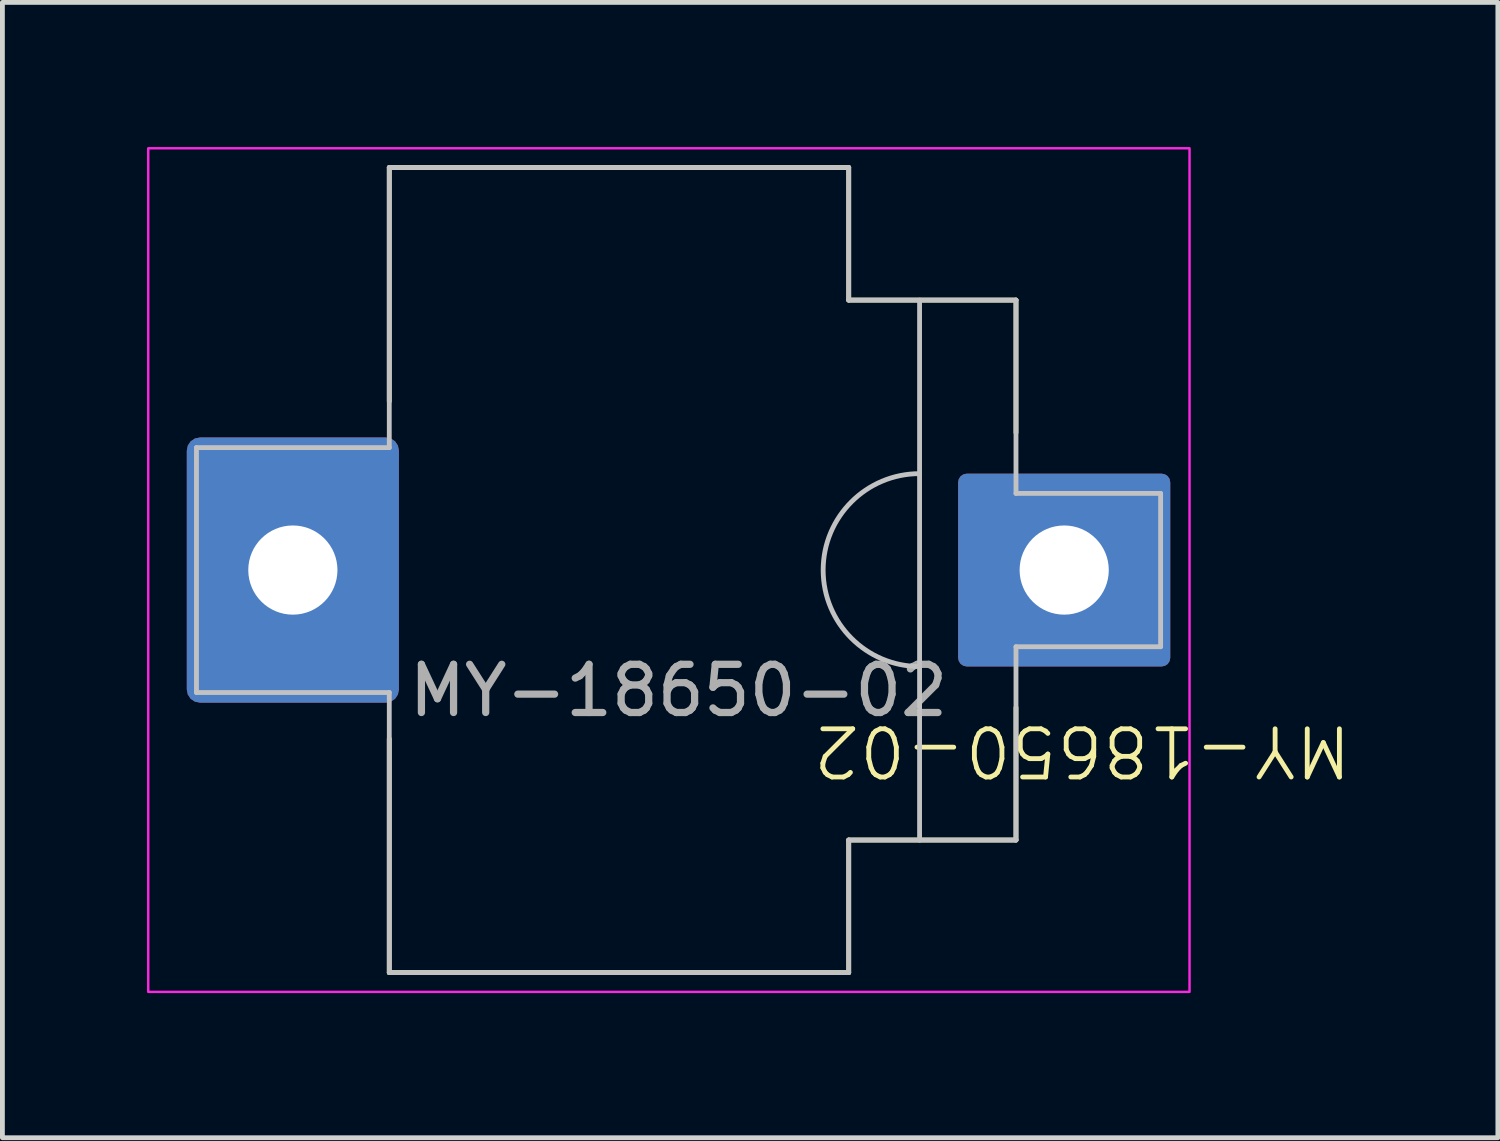
<source format=kicad_pcb>
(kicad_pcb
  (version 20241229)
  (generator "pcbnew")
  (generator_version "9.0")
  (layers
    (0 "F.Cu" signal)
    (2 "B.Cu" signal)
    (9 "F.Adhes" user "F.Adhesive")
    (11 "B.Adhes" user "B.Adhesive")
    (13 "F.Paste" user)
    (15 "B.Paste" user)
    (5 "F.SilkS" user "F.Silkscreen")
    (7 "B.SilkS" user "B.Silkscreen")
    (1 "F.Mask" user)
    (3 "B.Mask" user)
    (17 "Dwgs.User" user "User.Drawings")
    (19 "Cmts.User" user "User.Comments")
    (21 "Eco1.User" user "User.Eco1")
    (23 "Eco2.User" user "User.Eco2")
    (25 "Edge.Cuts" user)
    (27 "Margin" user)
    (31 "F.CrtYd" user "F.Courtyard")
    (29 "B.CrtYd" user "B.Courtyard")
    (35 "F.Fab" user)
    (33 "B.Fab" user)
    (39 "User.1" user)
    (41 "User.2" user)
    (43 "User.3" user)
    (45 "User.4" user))
  (footprint "MY-18650-02"
    (layer "F.Cu")
    (at 11.025 8.775)
    (property "Reference" "MY-18650-02" (at 8.375 3.75 180) (unlocked yes) (layer "F.SilkS") (effects (font (size 1 1) (thickness 0.1))))
    (attr smd)
    (fp_line (start -6 -3.5) (end -6 -8.35) (stroke (width 0.1) (type default)) (layer "F.SilkS"))
    (fp_line (start -6 3.5) (end -6 8.35) (stroke (width 0.1) (type default)) (layer "F.SilkS"))
    (fp_line (start 3.53 -8.35) (end -6 -8.35) (stroke (width 0.1) (type default)) (layer "F.SilkS"))
    (fp_line (start 3.53 -5.6) (end 3.53 -8.35) (stroke (width 0.1) (type default)) (layer "F.SilkS"))
    (fp_line (start 3.53 8.35) (end -6 8.35) (stroke (width 0.1) (type default)) (layer "F.SilkS"))
    (fp_line (start 3.53 8.35) (end 3.53 5.6) (stroke (width 0.1) (type default)) (layer "F.SilkS"))
    (fp_line (start 7 -5.6) (end 3.53 -5.6) (stroke (width 0.1) (type default)) (layer "F.SilkS"))
    (fp_line (start 7 -2.85) (end 7 -5.6) (stroke (width 0.1) (type default)) (layer "F.SilkS"))
    (fp_line (start 7 2.85) (end 7 5.6) (stroke (width 0.1) (type default)) (layer "F.SilkS"))
    (fp_line (start 7 5.6) (end 3.53 5.6) (stroke (width 0.1) (type default)) (layer "F.SilkS"))
    (fp_line (start -10 -2.54) (end -10 2.54) (stroke (width 0.1) (type default)) (layer "Dwgs.User"))
    (fp_line (start -10 -2.54) (end -6 -2.54) (stroke (width 0.1) (type default)) (layer "Dwgs.User"))
    (fp_line (start -6 -8.35) (end -6 -2.54) (stroke (width 0.1) (type default)) (layer "Dwgs.User"))
    (fp_line (start -6 2.54) (end -10 2.54) (stroke (width 0.1) (type default)) (layer "Dwgs.User"))
    (fp_line (start -6 8.35) (end -6 2.54) (stroke (width 0.1) (type default)) (layer "Dwgs.User"))
    (fp_line (start 3.53 -8.35) (end -6 -8.35) (stroke (width 0.1) (type default)) (layer "Dwgs.User"))
    (fp_line (start 3.53 -5.6) (end 3.53 -8.35) (stroke (width 0.1) (type default)) (layer "Dwgs.User"))
    (fp_line (start 3.53 5.6) (end 3.53 8.35) (stroke (width 0.1) (type default)) (layer "Dwgs.User"))
    (fp_line (start 3.53 8.35) (end -6 8.35) (stroke (width 0.1) (type default)) (layer "Dwgs.User"))
    (fp_line (start 5 -5.6) (end 5 5.6) (stroke (width 0.1) (type default)) (layer "Dwgs.User"))
    (fp_line (start 5 5.6) (end 3.53 5.6) (stroke (width 0.1) (type default)) (layer "Dwgs.User"))
    (fp_line (start 7 -5.6) (end 3.53 -5.6) (stroke (width 0.1) (type default)) (layer "Dwgs.User"))
    (fp_line (start 7 -1.59) (end 7 -5.6) (stroke (width 0.1) (type default)) (layer "Dwgs.User"))
    (fp_line (start 7 -1.59) (end 10 -1.59) (stroke (width 0.1) (type default)) (layer "Dwgs.User"))
    (fp_line (start 7 1.59) (end 10 1.59) (stroke (width 0.1) (type default)) (layer "Dwgs.User"))
    (fp_line (start 7 5.6) (end 5 5.6) (stroke (width 0.1) (type default)) (layer "Dwgs.User"))
    (fp_line (start 7 5.6) (end 7 1.59) (stroke (width 0.1) (type default)) (layer "Dwgs.User"))
    (fp_line (start 10 -1.59) (end 10 1.59) (stroke (width 0.1) (type default)) (layer "Dwgs.User"))
    (fp_arc (start 5 2) (mid 3 0) (end 5 -2) (stroke (width 0.1) (type default)) (layer "Dwgs.User"))
    (fp_rect (start -11 -8.75) (end 10.6 8.75) (stroke (width 0.05) (type default)) (fill no) (layer "F.CrtYd"))
    (fp_text user "${REFERENCE}" (at 0 2.5 0) (unlocked yes) (layer "F.Fab") (effects (font (size 1 1) (thickness 0.15))))
    (pad "1" thru_hole roundrect (at -8 0) (size 4.4 5.5) (drill 1.85) (layers "*.Cu" "*.Mask") (roundrect_rratio 0.062))
    (pad "1" thru_hole roundrect (at 8 0) (size 4.4 4) (drill 1.85) (layers "*.Cu" "*.Mask") (roundrect_rratio 0.045)))
  (gr_rect
    (start -3 -3)
    (end 28.021 20.55)
    (stroke (width 0.1) (type default))
    (fill no)
    (layer "Edge.Cuts")))
</source>
